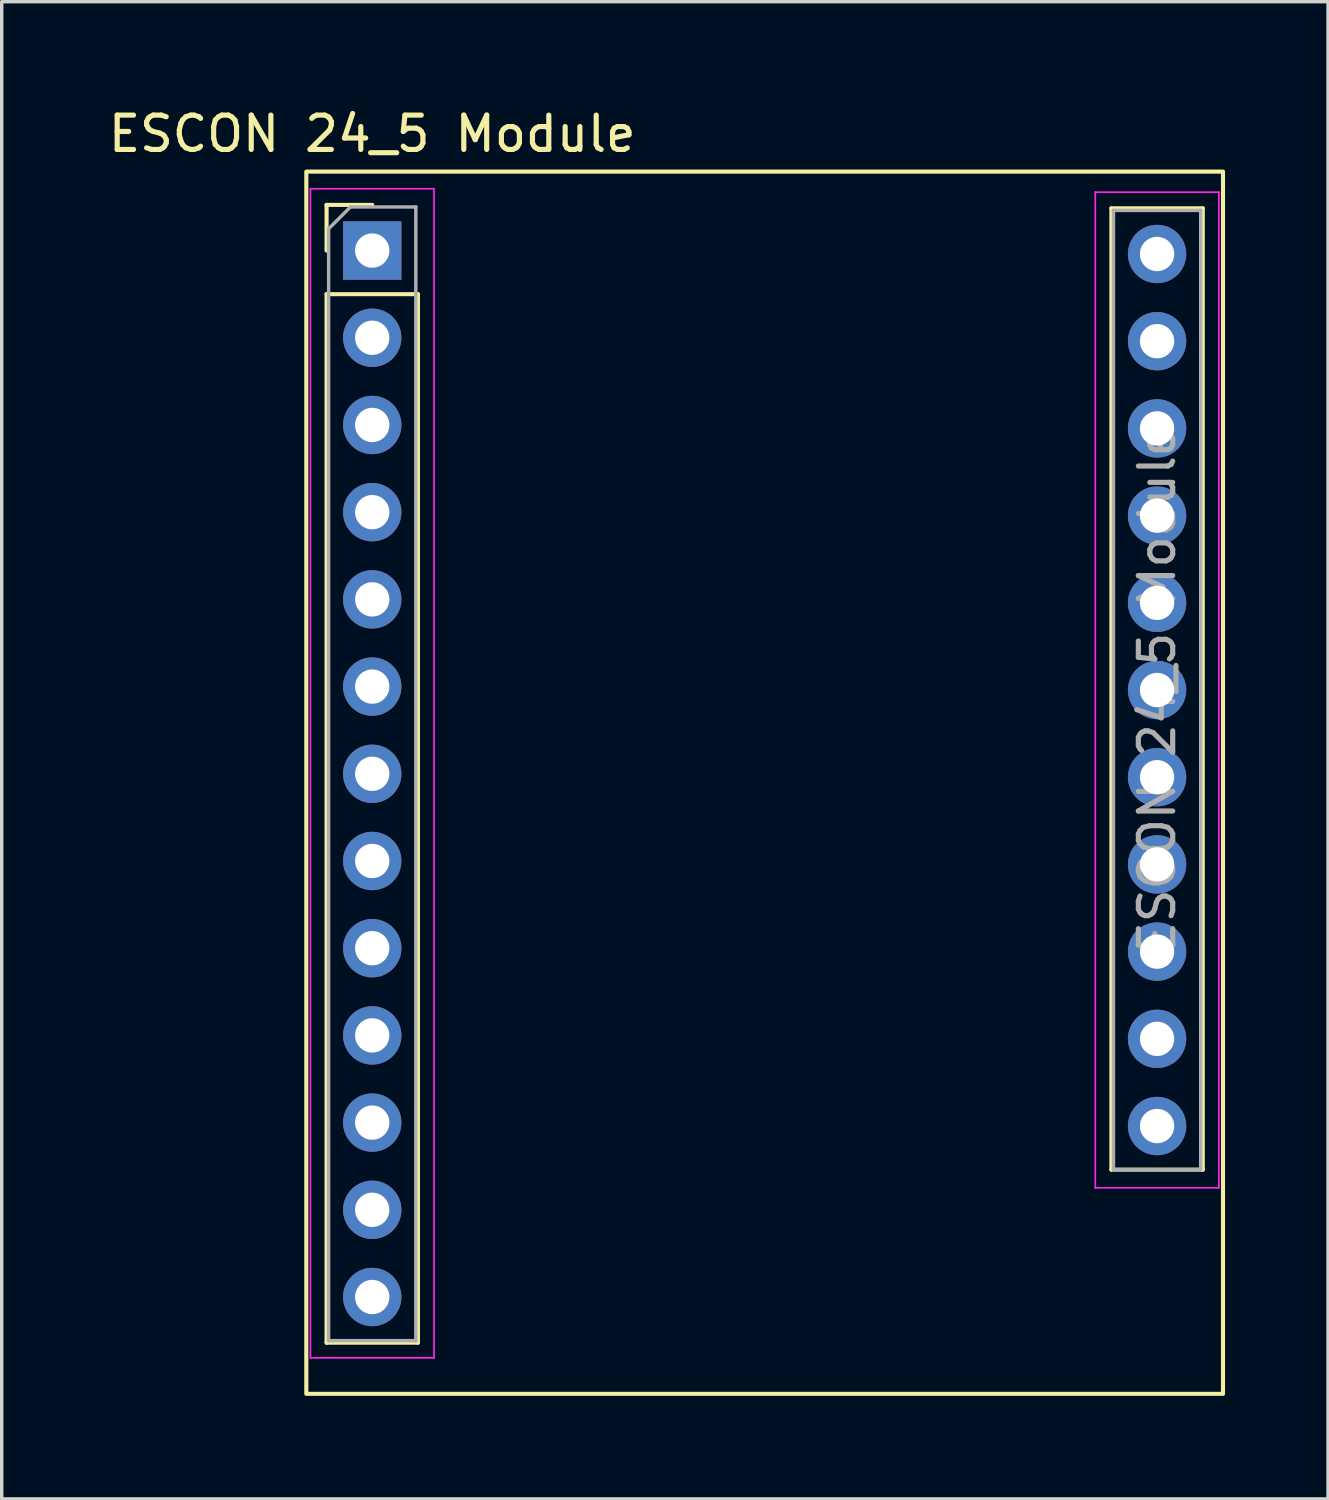
<source format=kicad_pcb>
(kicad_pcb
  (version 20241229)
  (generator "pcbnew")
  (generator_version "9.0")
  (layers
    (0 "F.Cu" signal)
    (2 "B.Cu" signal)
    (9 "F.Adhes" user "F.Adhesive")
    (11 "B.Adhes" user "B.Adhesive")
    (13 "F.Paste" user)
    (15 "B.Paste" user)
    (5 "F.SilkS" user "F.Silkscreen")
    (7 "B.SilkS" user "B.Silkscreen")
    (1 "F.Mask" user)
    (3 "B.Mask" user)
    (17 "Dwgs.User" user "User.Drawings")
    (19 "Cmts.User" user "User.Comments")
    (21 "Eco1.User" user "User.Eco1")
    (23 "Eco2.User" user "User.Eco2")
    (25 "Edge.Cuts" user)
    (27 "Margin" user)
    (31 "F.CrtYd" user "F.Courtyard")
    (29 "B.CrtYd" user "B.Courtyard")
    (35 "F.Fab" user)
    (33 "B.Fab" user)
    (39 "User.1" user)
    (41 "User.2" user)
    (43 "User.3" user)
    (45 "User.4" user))
  (footprint "ESCON 24_5 Module"
    (layer "F.Cu")
    (at 7.792 4.248)
    (property "Reference" "ESCON 24_5 Module" (at 0 -3.4 0) (unlocked yes) (layer "F.SilkS") (effects (font (size 1 1) (thickness 0.15))))
    (attr through_hole)
    (fp_line (start -1.33 -1.33) (end 0 -1.33) (stroke (width 0.12) (type solid)) (layer "F.SilkS"))
    (fp_line (start -1.33 0) (end -1.33 -1.33) (stroke (width 0.12) (type solid)) (layer "F.SilkS"))
    (fp_line (start -1.33 1.27) (end -1.33 31.81) (stroke (width 0.12) (type solid)) (layer "F.SilkS"))
    (fp_line (start -1.33 1.27) (end 1.33 1.27) (stroke (width 0.12) (type solid)) (layer "F.SilkS"))
    (fp_line (start -1.33 31.81) (end 1.33 31.81) (stroke (width 0.12) (type solid)) (layer "F.SilkS"))
    (fp_line (start 1.33 1.27) (end 1.33 31.81) (stroke (width 0.12) (type solid)) (layer "F.SilkS"))
    (fp_line (start 21.53 26.77) (end 21.53 -1.23) (stroke (width 0.12) (type solid)) (layer "F.SilkS"))
    (fp_line (start 24.19 -1.23) (end 21.53 -1.23) (stroke (width 0.12) (type solid)) (layer "F.SilkS"))
    (fp_line (start 24.19 26.77) (end 21.53 26.77) (stroke (width 0.12) (type solid)) (layer "F.SilkS"))
    (fp_line (start 24.19 26.77) (end 24.19 -1.23) (stroke (width 0.12) (type solid)) (layer "F.SilkS"))
    (fp_rect (start -1.92 -2.3) (end 24.78 33.3) (stroke (width 0.12) (type default)) (fill no) (layer "F.SilkS"))
    (fp_line (start -1.8 -1.8) (end -1.8 32.25) (stroke (width 0.05) (type solid)) (layer "F.CrtYd"))
    (fp_line (start -1.8 32.25) (end 1.8 32.25) (stroke (width 0.05) (type solid)) (layer "F.CrtYd"))
    (fp_line (start 1.8 -1.8) (end -1.8 -1.8) (stroke (width 0.05) (type solid)) (layer "F.CrtYd"))
    (fp_line (start 1.8 32.25) (end 1.8 -1.8) (stroke (width 0.05) (type solid)) (layer "F.CrtYd"))
    (fp_line (start 21.06 -1.7) (end 21.06 27.3) (stroke (width 0.05) (type solid)) (layer "F.CrtYd"))
    (fp_line (start 21.06 27.3) (end 24.66 27.3) (stroke (width 0.05) (type solid)) (layer "F.CrtYd"))
    (fp_line (start 24.66 -1.7) (end 21.06 -1.7) (stroke (width 0.05) (type solid)) (layer "F.CrtYd"))
    (fp_line (start 24.66 27.3) (end 24.66 -1.7) (stroke (width 0.05) (type solid)) (layer "F.CrtYd"))
    (fp_line (start -1.27 -0.635) (end -0.635 -1.27) (stroke (width 0.1) (type solid)) (layer "F.Fab"))
    (fp_line (start -1.27 31.75) (end -1.27 -0.635) (stroke (width 0.1) (type solid)) (layer "F.Fab"))
    (fp_line (start -0.635 -1.27) (end 1.27 -1.27) (stroke (width 0.1) (type solid)) (layer "F.Fab"))
    (fp_line (start 1.27 -1.27) (end 1.27 31.75) (stroke (width 0.1) (type solid)) (layer "F.Fab"))
    (fp_line (start 1.27 31.75) (end -1.27 31.75) (stroke (width 0.1) (type solid)) (layer "F.Fab"))
    (fp_line (start 21.59 -1.17) (end 24.13 -1.17) (stroke (width 0.1) (type solid)) (layer "F.Fab"))
    (fp_line (start 21.59 26.77) (end 21.59 -1.17) (stroke (width 0.1) (type solid)) (layer "F.Fab"))
    (fp_line (start 24.13 -1.17) (end 24.13 26.77) (stroke (width 0.1) (type solid)) (layer "F.Fab"))
    (fp_line (start 24.13 26.77) (end 21.59 26.77) (stroke (width 0.1) (type solid)) (layer "F.Fab"))
    (fp_text user "${REFERENCE}" (at 22.86 12.8 270) (layer "F.Fab") (effects (font (size 1 1) (thickness 0.15))))
    (pad "1" thru_hole rect (at 0 0) (size 1.7 1.7) (drill 1) (layers "*.Cu" "*.Mask"))
    (pad "2" thru_hole oval (at 0 2.54) (size 1.7 1.7) (drill 1) (layers "*.Cu" "*.Mask"))
    (pad "3" thru_hole oval (at 0 5.08) (size 1.7 1.7) (drill 1) (layers "*.Cu" "*.Mask"))
    (pad "4" thru_hole oval (at 0 7.62) (size 1.7 1.7) (drill 1) (layers "*.Cu" "*.Mask"))
    (pad "5" thru_hole oval (at 0 10.16) (size 1.7 1.7) (drill 1) (layers "*.Cu" "*.Mask"))
    (pad "6" thru_hole oval (at 0 12.7) (size 1.7 1.7) (drill 1) (layers "*.Cu" "*.Mask"))
    (pad "7" thru_hole oval (at 0 15.24) (size 1.7 1.7) (drill 1) (layers "*.Cu" "*.Mask"))
    (pad "8" thru_hole oval (at 0 17.78) (size 1.7 1.7) (drill 1) (layers "*.Cu" "*.Mask"))
    (pad "9" thru_hole oval (at 0 20.32) (size 1.7 1.7) (drill 1) (layers "*.Cu" "*.Mask"))
    (pad "10" thru_hole oval (at 0 22.86) (size 1.7 1.7) (drill 1) (layers "*.Cu" "*.Mask"))
    (pad "11" thru_hole oval (at 0 25.4) (size 1.7 1.7) (drill 1) (layers "*.Cu" "*.Mask"))
    (pad "12" thru_hole oval (at 0 27.94) (size 1.7 1.7) (drill 1) (layers "*.Cu" "*.Mask"))
    (pad "13" thru_hole oval (at 0 30.48) (size 1.7 1.7) (drill 1) (layers "*.Cu" "*.Mask"))
    (pad "14" thru_hole circle (at 22.86 25.5 180) (size 1.7 1.7) (drill 1) (layers "*.Cu" "*.Mask"))
    (pad "15" thru_hole oval (at 22.86 22.96 180) (size 1.7 1.7) (drill 1) (layers "*.Cu" "*.Mask"))
    (pad "16" thru_hole oval (at 22.86 20.42 180) (size 1.7 1.7) (drill 1) (layers "*.Cu" "*.Mask"))
    (pad "17" thru_hole oval (at 22.86 17.88 180) (size 1.7 1.7) (drill 1) (layers "*.Cu" "*.Mask"))
    (pad "18" thru_hole oval (at 22.86 15.34 180) (size 1.7 1.7) (drill 1) (layers "*.Cu" "*.Mask"))
    (pad "19" thru_hole oval (at 22.86 12.8 180) (size 1.7 1.7) (drill 1) (layers "*.Cu" "*.Mask"))
    (pad "20" thru_hole oval (at 22.86 10.26 180) (size 1.7 1.7) (drill 1) (layers "*.Cu" "*.Mask"))
    (pad "21" thru_hole oval (at 22.86 7.72 180) (size 1.7 1.7) (drill 1) (layers "*.Cu" "*.Mask"))
    (pad "22" thru_hole oval (at 22.86 5.18 180) (size 1.7 1.7) (drill 1) (layers "*.Cu" "*.Mask"))
    (pad "23" thru_hole oval (at 22.86 2.64 180) (size 1.7 1.7) (drill 1) (layers "*.Cu" "*.Mask"))
    (pad "24" thru_hole oval (at 22.86 0.1 180) (size 1.7 1.7) (drill 1) (layers "*.Cu" "*.Mask")))
  (gr_rect
    (start -3 -3)
    (end 35.632 40.608)
    (stroke (width 0.1) (type default))
    (fill no)
    (layer "Edge.Cuts")))
</source>
